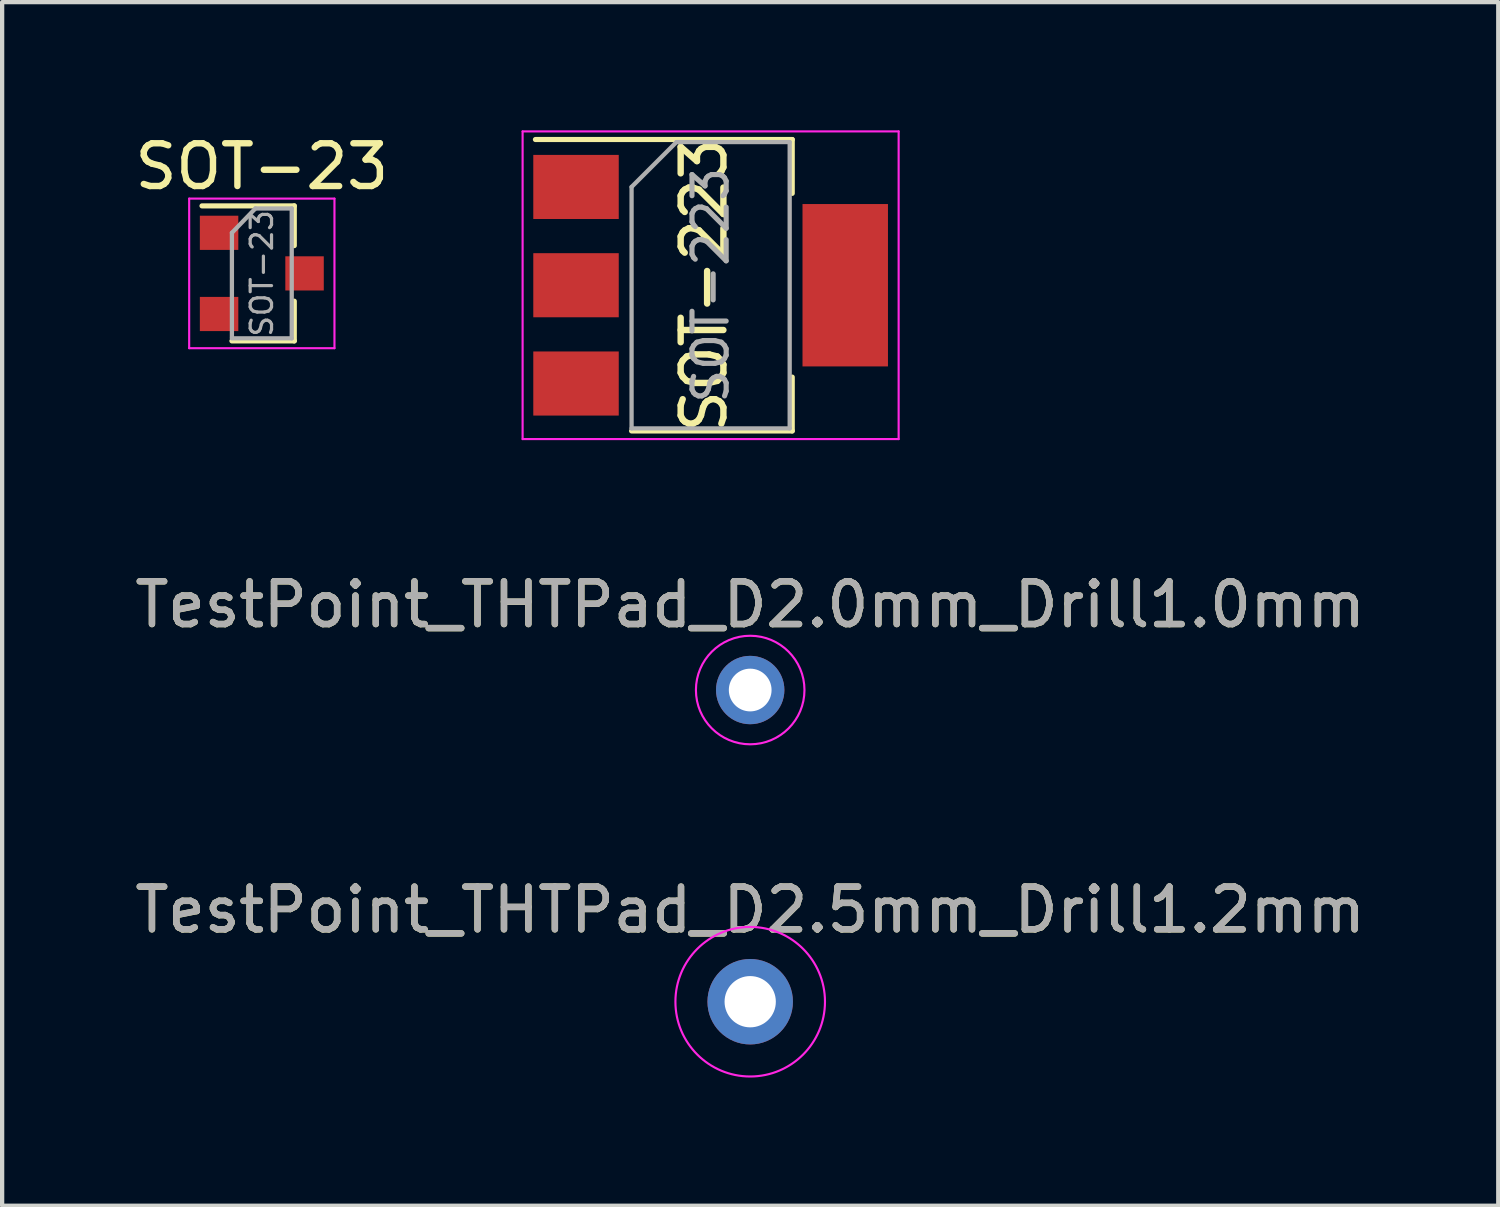
<source format=kicad_pcb>
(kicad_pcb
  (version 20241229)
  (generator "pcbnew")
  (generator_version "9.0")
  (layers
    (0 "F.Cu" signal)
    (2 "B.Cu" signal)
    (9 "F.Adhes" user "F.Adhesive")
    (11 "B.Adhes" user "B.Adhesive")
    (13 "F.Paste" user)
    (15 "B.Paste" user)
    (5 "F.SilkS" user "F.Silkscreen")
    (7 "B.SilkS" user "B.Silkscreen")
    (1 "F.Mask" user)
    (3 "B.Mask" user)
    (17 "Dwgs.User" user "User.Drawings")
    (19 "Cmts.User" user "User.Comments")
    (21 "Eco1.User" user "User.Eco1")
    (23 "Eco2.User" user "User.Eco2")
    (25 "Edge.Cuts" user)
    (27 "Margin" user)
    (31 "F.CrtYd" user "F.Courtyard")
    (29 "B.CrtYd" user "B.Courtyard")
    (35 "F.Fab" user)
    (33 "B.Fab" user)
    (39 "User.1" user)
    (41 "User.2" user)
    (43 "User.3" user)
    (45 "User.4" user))
  (footprint "TestPoint_THTPad_D2.0mm_Drill1.0mm"
    (layer "F.Cu")
    (at 14.506 13.098)
    (property "Reference" "TestPoint_THTPad_D2.0mm_Drill1.0mm" (at 0 -1.998 0) (layer "F.SilkS") (effects (font (size 1 1) (thickness 0.15))))
    (attr exclude_from_pos_files exclude_from_bom)
    (fp_circle (center 0 0) (end 1.27 0) (stroke (width 0.05) (type solid)) (fill no) (layer "F.CrtYd"))
    (fp_text user "${REFERENCE}" (at 0 -2 0) (layer "F.Fab") (effects (font (size 1 1) (thickness 0.15))))
    (pad "1" thru_hole circle (at 0 0) (size 1.6 1.6) (drill 1) (layers "*.Cu" "*.Mask")))
  (footprint "TestPoint_THTPad_D2.5mm_Drill1.2mm"
    (layer "F.Cu")
    (at 14.506 20.392)
    (property "Reference" "TestPoint_THTPad_D2.5mm_Drill1.2mm" (at 0 -2.148 0) (layer "F.SilkS") (effects (font (size 1 1) (thickness 0.15))))
    (attr exclude_from_pos_files exclude_from_bom)
    (fp_circle (center 0 0) (end 1.75 0) (stroke (width 0.05) (type solid)) (fill no) (layer "F.CrtYd"))
    (fp_text user "${REFERENCE}" (at 0 -2.15 0) (layer "F.Fab") (effects (font (size 1 1) (thickness 0.15))))
    (pad "1" thru_hole circle (at 0 0) (size 2 2) (drill 1.2) (layers "*.Cu" "*.Mask")))
  (footprint "SOT-23"
    (layer "F.Cu")
    (at 3.077 3.348)
    (property "Reference" "SOT-23" (at 0 -2.5 0) (layer "F.SilkS") (effects (font (size 1 1) (thickness 0.15))))
    (attr smd)
    (fp_line (start 0.76 -1.58) (end -1.4 -1.58) (stroke (width 0.12) (type solid)) (layer "F.SilkS"))
    (fp_line (start 0.76 -1.58) (end 0.76 -0.65) (stroke (width 0.12) (type solid)) (layer "F.SilkS"))
    (fp_line (start 0.76 1.58) (end -0.7 1.58) (stroke (width 0.12) (type solid)) (layer "F.SilkS"))
    (fp_line (start 0.76 1.58) (end 0.76 0.65) (stroke (width 0.12) (type solid)) (layer "F.SilkS"))
    (fp_line (start -1.7 -1.75) (end 1.7 -1.75) (stroke (width 0.05) (type solid)) (layer "F.CrtYd"))
    (fp_line (start -1.7 1.75) (end -1.7 -1.75) (stroke (width 0.05) (type solid)) (layer "F.CrtYd"))
    (fp_line (start 1.7 -1.75) (end 1.7 1.75) (stroke (width 0.05) (type solid)) (layer "F.CrtYd"))
    (fp_line (start 1.7 1.75) (end -1.7 1.75) (stroke (width 0.05) (type solid)) (layer "F.CrtYd"))
    (fp_line (start -0.7 -0.95) (end -0.7 1.5) (stroke (width 0.1) (type solid)) (layer "F.Fab"))
    (fp_line (start -0.7 -0.95) (end -0.15 -1.52) (stroke (width 0.1) (type solid)) (layer "F.Fab"))
    (fp_line (start -0.7 1.52) (end 0.7 1.52) (stroke (width 0.1) (type solid)) (layer "F.Fab"))
    (fp_line (start -0.15 -1.52) (end 0.7 -1.52) (stroke (width 0.1) (type solid)) (layer "F.Fab"))
    (fp_line (start 0.7 -1.52) (end 0.7 1.52) (stroke (width 0.1) (type solid)) (layer "F.Fab"))
    (fp_text user "${REFERENCE}" (at 0 0 90) (layer "F.Fab") (effects (font (size 0.5 0.5) (thickness 0.075))))
    (pad "1" smd rect (at 1 0) (size 0.9 0.8) (layers "F.Cu" "F.Mask" "F.Paste"))
    (pad "2" smd rect (at -1 -0.95) (size 0.9 0.8) (layers "F.Cu" "F.Mask" "F.Paste"))
    (pad "3" smd rect (at -1 0.95) (size 0.9 0.8) (layers "F.Cu" "F.Mask" "F.Paste")))
  (footprint "SOT-223"
    (layer "F.Cu")
    (at 13.58 3.625)
    (property "Reference" "SOT-223" (at -0.156 0 270) (layer "F.SilkS") (effects (font (size 1 1) (thickness 0.15))))
    (attr smd)
    (fp_line (start -4.1 -3.41) (end 1.91 -3.41) (stroke (width 0.12) (type solid)) (layer "F.SilkS"))
    (fp_line (start -1.85 3.41) (end 1.91 3.41) (stroke (width 0.12) (type solid)) (layer "F.SilkS"))
    (fp_line (start 1.91 -3.41) (end 1.91 -2.15) (stroke (width 0.12) (type solid)) (layer "F.SilkS"))
    (fp_line (start 1.91 3.41) (end 1.91 2.15) (stroke (width 0.12) (type solid)) (layer "F.SilkS"))
    (fp_line (start -4.4 -3.6) (end -4.4 3.6) (stroke (width 0.05) (type solid)) (layer "F.CrtYd"))
    (fp_line (start -4.4 3.6) (end 4.4 3.6) (stroke (width 0.05) (type solid)) (layer "F.CrtYd"))
    (fp_line (start 4.4 -3.6) (end -4.4 -3.6) (stroke (width 0.05) (type solid)) (layer "F.CrtYd"))
    (fp_line (start 4.4 3.6) (end 4.4 -3.6) (stroke (width 0.05) (type solid)) (layer "F.CrtYd"))
    (fp_line (start -1.85 -2.3) (end -1.85 3.35) (stroke (width 0.1) (type solid)) (layer "F.Fab"))
    (fp_line (start -1.85 -2.3) (end -0.8 -3.35) (stroke (width 0.1) (type solid)) (layer "F.Fab"))
    (fp_line (start -1.85 3.35) (end 1.85 3.35) (stroke (width 0.1) (type solid)) (layer "F.Fab"))
    (fp_line (start -0.8 -3.35) (end 1.85 -3.35) (stroke (width 0.1) (type solid)) (layer "F.Fab"))
    (fp_line (start 1.85 -3.35) (end 1.85 3.35) (stroke (width 0.1) (type solid)) (layer "F.Fab"))
    (fp_text user "${REFERENCE}" (at 0 0 90) (layer "F.Fab") (effects (font (size 0.8 0.8) (thickness 0.12))))
    (pad "1" smd rect (at -3.15 -2.3) (size 2 1.5) (layers "F.Cu" "F.Mask" "F.Paste"))
    (pad "2" smd rect (at -3.15 0) (size 2 1.5) (layers "F.Cu" "F.Mask" "F.Paste"))
    (pad "2" smd rect (at 3.15 0) (size 2 3.8) (layers "F.Cu" "F.Mask" "F.Paste"))
    (pad "3" smd rect (at -3.15 2.3) (size 2 1.5) (layers "F.Cu" "F.Mask" "F.Paste")))
  (gr_rect
    (start -3 -3)
    (end 32.012 25.166)
    (stroke (width 0.1) (type default))
    (fill no)
    (layer "Edge.Cuts")))
</source>
